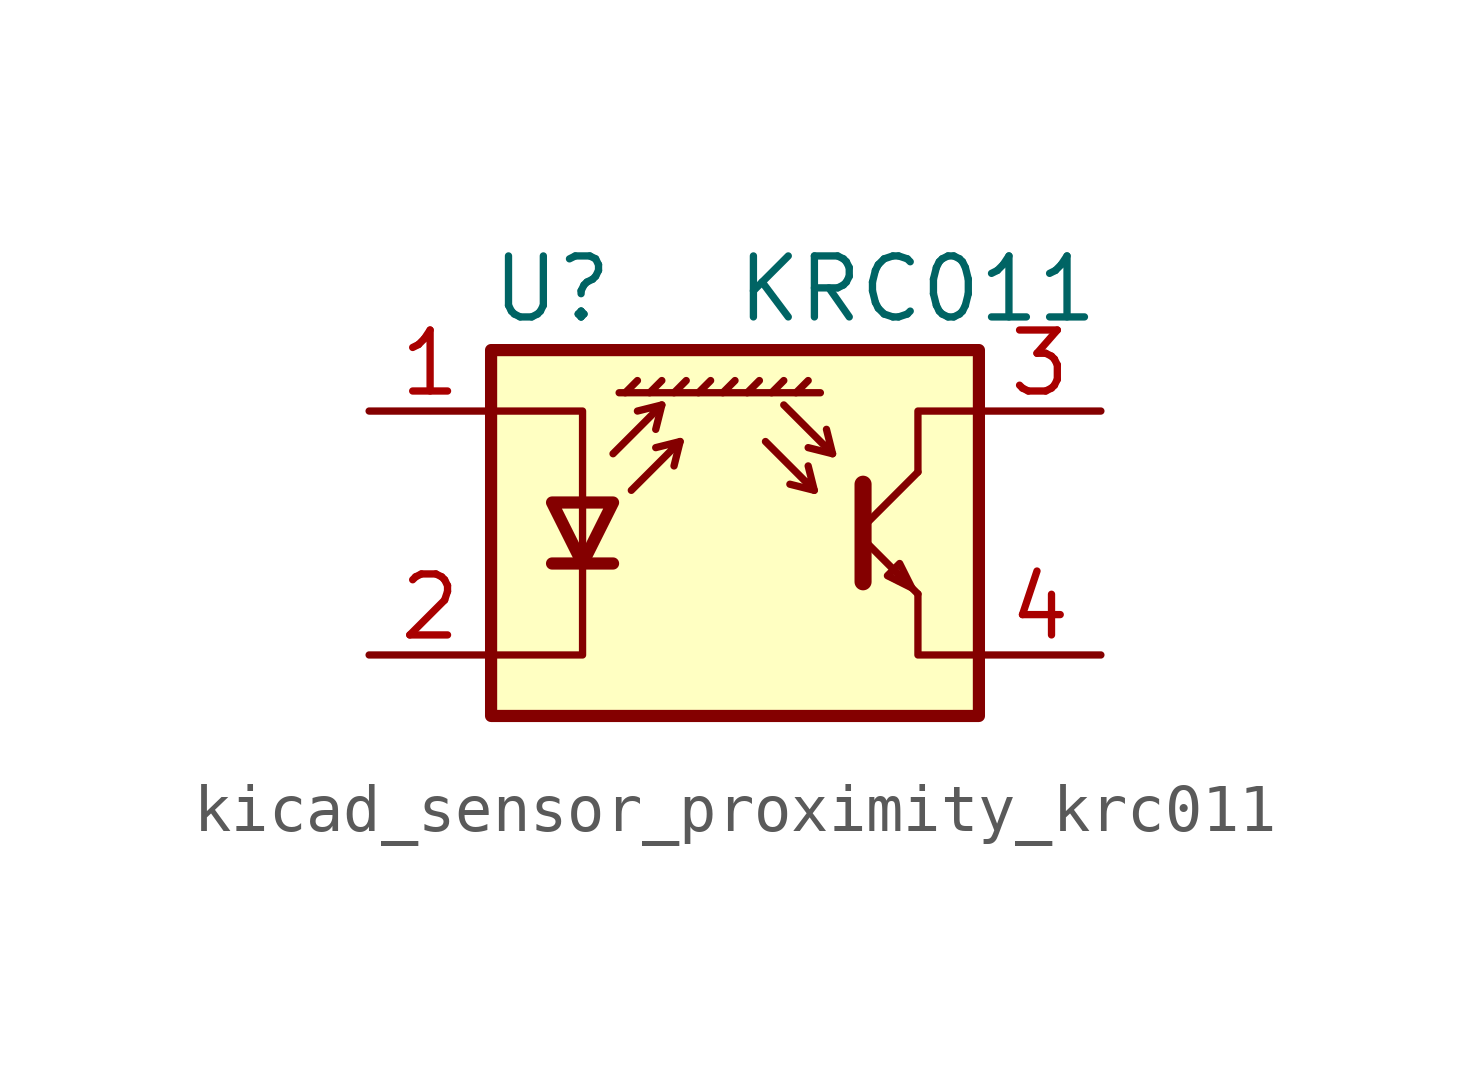
<source format=kicad_sym>
(kicad_symbol_lib
  (version 20220914)
  (generator kicad_symbol_editor)
  (symbol "kicad_sensor_proximity_krc011"
    (pin_names
      (offset 1.016) hide)
    (property "Reference" "U"
      (at -3.81 5.08 0)
      (effects (font (size 1.27 1.27))))
    (property "Value" "KRC011"
      (at 7.62 5.08 0)
      (effects (font (size 1.27 1.27)) (justify right)))
    (symbol "kicad_sensor_proximity_krc011_0_1"
      (polyline (pts (xy -3.81 -0.635) (xy -2.54 -0.635)) (stroke (width 0.254) (type default)) (fill (type none)))
      (polyline (pts (xy -2.286 2.921) (xy -2.032 3.175)) (stroke (width 0) (type default)) (fill (type none)))
      (polyline (pts (xy -1.778 2.921) (xy -1.524 3.175)) (stroke (width 0) (type default)) (fill (type none)))
      (polyline (pts (xy -1.524 2.667) (xy -1.651 2.159)) (stroke (width 0) (type default)) (fill (type none)))
      (polyline (pts (xy -1.27 2.921) (xy -1.016 3.175)) (stroke (width 0) (type default)) (fill (type none)))
      (polyline (pts (xy -1.143 1.905) (xy -1.27 1.397)) (stroke (width 0) (type default)) (fill (type none)))
      (polyline (pts (xy -0.762 2.921) (xy -0.508 3.175)) (stroke (width 0) (type default)) (fill (type none)))
      (polyline (pts (xy -0.254 2.921) (xy 0 3.175)) (stroke (width 0) (type default)) (fill (type none)))
      (polyline (pts (xy 0.254 2.921) (xy 0.508 3.175)) (stroke (width 0) (type default)) (fill (type none)))
      (polyline (pts (xy 0.762 2.921) (xy 1.016 3.175)) (stroke (width 0) (type default)) (fill (type none)))
      (polyline (pts (xy 1.27 2.921) (xy 1.524 3.175)) (stroke (width 0) (type default)) (fill (type none)))
      (polyline (pts (xy 1.651 0.889) (xy 1.143 1.016)) (stroke (width 0) (type default)) (fill (type none)))
      (polyline (pts (xy 1.778 2.921) (xy -2.413 2.921)) (stroke (width 0) (type default)) (fill (type none)))
      (polyline (pts (xy 2.032 1.651) (xy 1.524 1.778)) (stroke (width 0) (type default)) (fill (type none)))
      (polyline (pts (xy 2.667 -0.127) (xy 3.81 -1.27)) (stroke (width 0) (type default)) (fill (type none)))
      (polyline (pts (xy 2.667 0.127) (xy 3.81 1.27)) (stroke (width 0) (type default)) (fill (type none)))
      (polyline (pts (xy -2.54 1.651) (xy -1.524 2.667) (xy -2.032 2.54)) (stroke (width 0) (type default)) (fill (type none)))
      (polyline (pts (xy -2.159 0.889) (xy -1.143 1.905) (xy -1.651 1.778)) (stroke (width 0) (type default)) (fill (type none)))
      (polyline (pts (xy 0.635 1.905) (xy 1.651 0.889) (xy 1.524 1.397)) (stroke (width 0) (type default)) (fill (type none)))
      (polyline (pts (xy 1.016 2.667) (xy 2.032 1.651) (xy 1.905 2.159)) (stroke (width 0) (type default)) (fill (type none)))
      (polyline (pts (xy 2.667 1.016) (xy 2.667 -1.016) (xy 2.667 -1.016)) (stroke (width 0.356) (type default)) (fill (type none)))
      (polyline (pts (xy 3.81 -1.27) (xy 3.81 -2.54) (xy 5.08 -2.54)) (stroke (width 0) (type default)) (fill (type none)))
      (polyline (pts (xy 3.81 1.27) (xy 3.81 2.54) (xy 5.08 2.54)) (stroke (width 0) (type default)) (fill (type none)))
      (polyline (pts (xy -5.08 -2.54) (xy -3.175 -2.54) (xy -3.175 2.54) (xy -5.08 2.54)) (stroke (width 0) (type default)) (fill (type none)))
      (polyline (pts (xy -3.175 -0.635) (xy -3.81 0.635) (xy -2.54 0.635) (xy -3.175 -0.635)) (stroke (width 0.254) (type default)) (fill (type none)))
      (polyline (pts (xy 3.683 -1.143) (xy 3.429 -0.635) (xy 3.175 -0.889) (xy 3.683 -1.143)) (stroke (width 0) (type default)) (fill (type none)))
      (polyline (pts (xy -5.08 -3.81) (xy 5.08 -3.81) (xy 5.08 3.81) (xy -5.08 3.81) (xy -5.08 -3.81)) (stroke (width 0.254) (type default)) (fill (type background))))
    (symbol "kicad_sensor_proximity_krc011_1_1"
      (pin passive line (at -7.62 2.54 0) (length 2.54) (name "A" (effects (font (size 1.27 1.27)))) (number "1" (effects (font (size 1.27 1.27)))))
      (pin passive line (at -7.62 -2.54 0) (length 2.54) (name "K" (effects (font (size 1.27 1.27)))) (number "2" (effects (font (size 1.27 1.27)))))
      (pin open_collector line (at 7.62 2.54 180) (length 2.54) (name "C" (effects (font (size 1.27 1.27)))) (number "3" (effects (font (size 1.27 1.27)))))
      (pin open_emitter line (at 7.62 -2.54 180) (length 2.54) (name "E" (effects (font (size 1.27 1.27)))) (number "4" (effects (font (size 1.27 1.27))))))))
</source>
